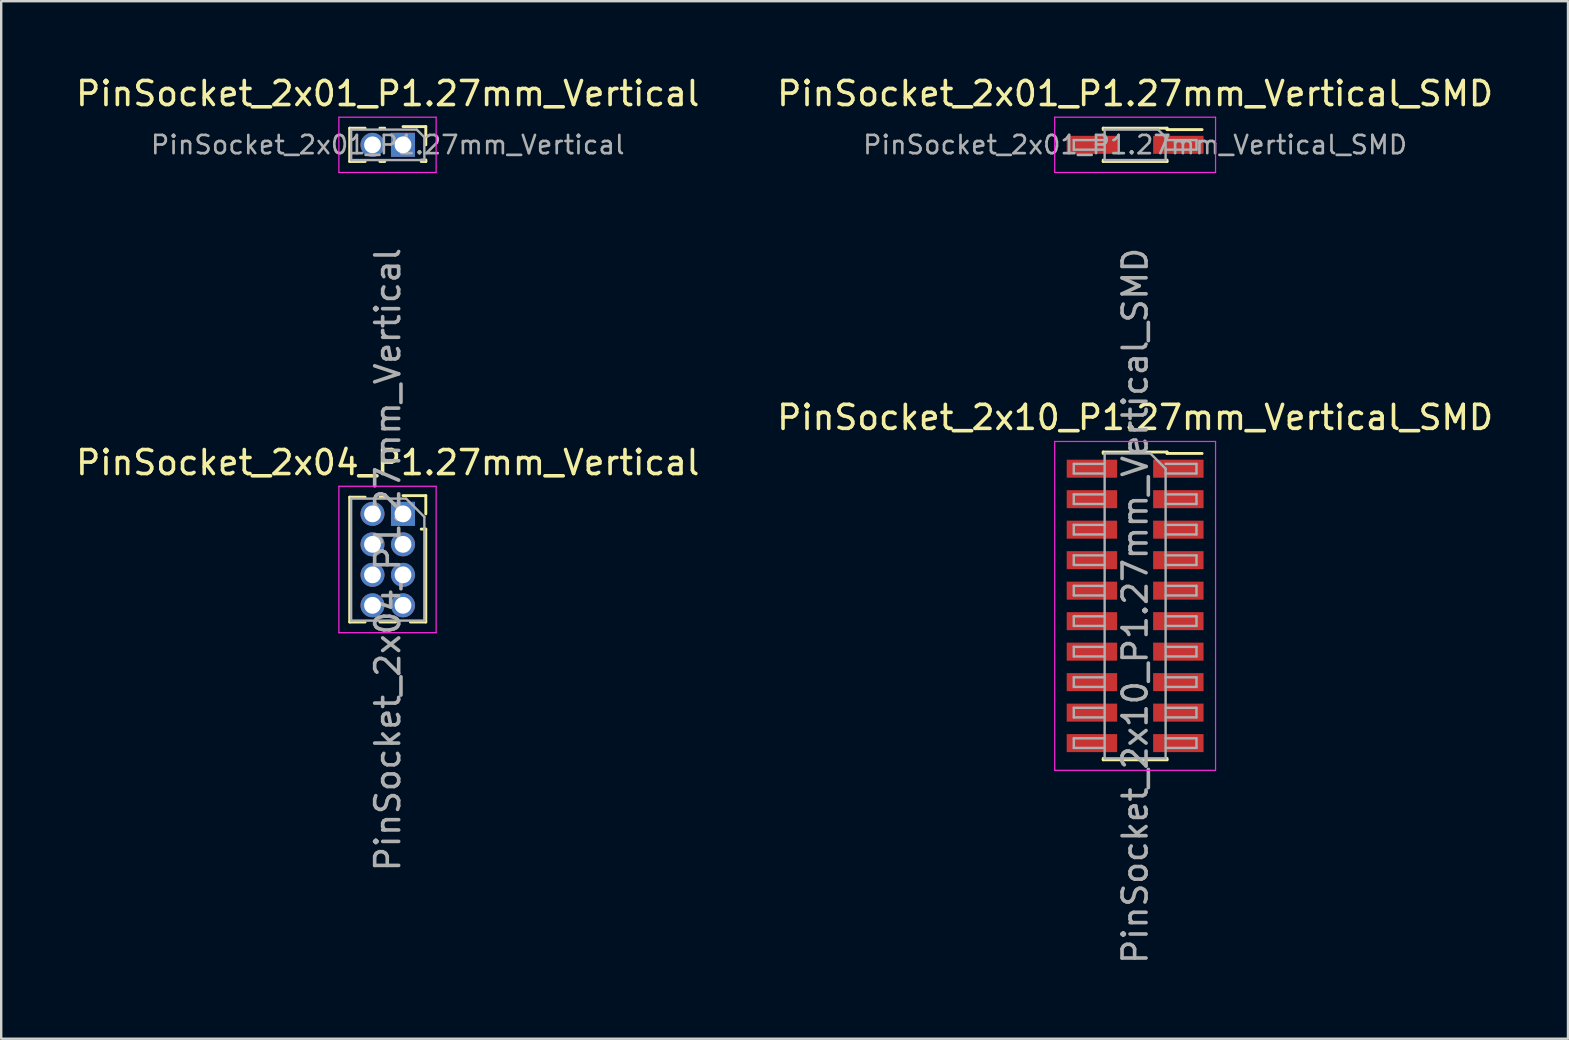
<source format=kicad_pcb>
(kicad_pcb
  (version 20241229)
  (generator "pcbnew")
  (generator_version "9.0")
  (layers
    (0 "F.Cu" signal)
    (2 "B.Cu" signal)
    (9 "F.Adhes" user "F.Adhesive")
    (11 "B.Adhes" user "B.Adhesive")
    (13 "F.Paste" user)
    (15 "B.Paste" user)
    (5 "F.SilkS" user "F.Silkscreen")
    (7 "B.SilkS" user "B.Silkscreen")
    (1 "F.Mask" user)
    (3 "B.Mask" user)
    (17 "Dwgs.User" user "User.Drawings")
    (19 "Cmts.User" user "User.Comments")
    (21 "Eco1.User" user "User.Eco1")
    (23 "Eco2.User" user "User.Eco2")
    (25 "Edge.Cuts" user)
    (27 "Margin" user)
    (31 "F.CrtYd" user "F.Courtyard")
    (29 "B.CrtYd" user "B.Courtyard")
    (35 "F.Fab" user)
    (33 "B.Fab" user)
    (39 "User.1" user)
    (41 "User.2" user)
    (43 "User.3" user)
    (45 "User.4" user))
  (footprint "PinSocket_2x01_P1.27mm_Vertical"
    (layer "F.Cu")
    (at 13.736 2.983)
    (property "Reference" "PinSocket_2x01_P1.27mm_Vertical" (at -0.635 -2.135 0) (layer "F.SilkS") (effects (font (size 1 1) (thickness 0.15))))
    (attr through_hole)
    (fp_line (start -2.22 -0.695) (end -2.22 0.695) (stroke (width 0.12) (type solid)) (layer "F.SilkS"))
    (fp_line (start -2.22 -0.695) (end -1.578 -0.695) (stroke (width 0.12) (type solid)) (layer "F.SilkS"))
    (fp_line (start -2.22 0.695) (end -1.578 0.695) (stroke (width 0.12) (type solid)) (layer "F.SilkS"))
    (fp_line (start -0.962 -0.695) (end -0.76 -0.695) (stroke (width 0.12) (type solid)) (layer "F.SilkS"))
    (fp_line (start -0.962 0.695) (end -0.76 0.695) (stroke (width 0.12) (type solid)) (layer "F.SilkS"))
    (fp_line (start 0 -0.76) (end 0.95 -0.76) (stroke (width 0.12) (type solid)) (layer "F.SilkS"))
    (fp_line (start 0.76 0.635) (end 0.95 0.635) (stroke (width 0.12) (type solid)) (layer "F.SilkS"))
    (fp_line (start 0.76 0.695) (end 0.95 0.695) (stroke (width 0.12) (type solid)) (layer "F.SilkS"))
    (fp_line (start 0.95 -0.76) (end 0.95 0) (stroke (width 0.12) (type solid)) (layer "F.SilkS"))
    (fp_line (start 0.95 0.635) (end 0.95 0.695) (stroke (width 0.12) (type solid)) (layer "F.SilkS"))
    (fp_line (start -2.67 -1.15) (end 1.38 -1.15) (stroke (width 0.05) (type solid)) (layer "F.CrtYd"))
    (fp_line (start -2.67 1.15) (end -2.67 -1.15) (stroke (width 0.05) (type solid)) (layer "F.CrtYd"))
    (fp_line (start 1.38 -1.15) (end 1.38 1.15) (stroke (width 0.05) (type solid)) (layer "F.CrtYd"))
    (fp_line (start 1.38 1.15) (end -2.67 1.15) (stroke (width 0.05) (type solid)) (layer "F.CrtYd"))
    (fp_line (start -2.16 -0.635) (end 0.573 -0.635) (stroke (width 0.1) (type solid)) (layer "F.Fab"))
    (fp_line (start -2.16 0.635) (end -2.16 -0.635) (stroke (width 0.1) (type solid)) (layer "F.Fab"))
    (fp_line (start 0.573 -0.635) (end 0.89 -0.318) (stroke (width 0.1) (type solid)) (layer "F.Fab"))
    (fp_line (start 0.89 -0.318) (end 0.89 0.635) (stroke (width 0.1) (type solid)) (layer "F.Fab"))
    (fp_line (start 0.89 0.635) (end -2.16 0.635) (stroke (width 0.1) (type solid)) (layer "F.Fab"))
    (fp_text user "${REFERENCE}" (at -0.635 0 0) (layer "F.Fab") (effects (font (size 0.76 0.76) (thickness 0.11))))
    (pad "1" thru_hole rect (at 0 0) (size 1 1) (drill 0.7) (layers "*.Cu" "*.Mask"))
    (pad "2" thru_hole oval (at -1.27 0) (size 1 1) (drill 0.7) (layers "*.Cu" "*.Mask")))
  (footprint "PinSocket_2x10_P1.27mm_Vertical_SMD"
    (layer "F.Cu")
    (at 44.232 22.188)
    (property "Reference" "PinSocket_2x10_P1.27mm_Vertical_SMD" (at 0 -7.85 0) (layer "F.SilkS") (effects (font (size 1 1) (thickness 0.15))))
    (attr smd)
    (fp_line (start -1.33 -6.41) (end -1.33 -6.35) (stroke (width 0.12) (type solid)) (layer "F.SilkS"))
    (fp_line (start -1.33 -6.41) (end 1.33 -6.41) (stroke (width 0.12) (type solid)) (layer "F.SilkS"))
    (fp_line (start -1.33 6.35) (end -1.33 6.41) (stroke (width 0.12) (type solid)) (layer "F.SilkS"))
    (fp_line (start -1.33 6.41) (end 1.33 6.41) (stroke (width 0.12) (type solid)) (layer "F.SilkS"))
    (fp_line (start 1.33 -6.41) (end 1.33 -6.35) (stroke (width 0.12) (type solid)) (layer "F.SilkS"))
    (fp_line (start 1.33 -6.35) (end 2.79 -6.35) (stroke (width 0.12) (type solid)) (layer "F.SilkS"))
    (fp_line (start 1.33 6.35) (end 1.33 6.41) (stroke (width 0.12) (type solid)) (layer "F.SilkS"))
    (fp_line (start -3.35 -6.85) (end 3.35 -6.85) (stroke (width 0.05) (type solid)) (layer "F.CrtYd"))
    (fp_line (start -3.35 6.85) (end -3.35 -6.85) (stroke (width 0.05) (type solid)) (layer "F.CrtYd"))
    (fp_line (start 3.35 -6.85) (end 3.35 6.85) (stroke (width 0.05) (type solid)) (layer "F.CrtYd"))
    (fp_line (start 3.35 6.85) (end -3.35 6.85) (stroke (width 0.05) (type solid)) (layer "F.CrtYd"))
    (fp_line (start -2.555 -5.915) (end -1.27 -5.915) (stroke (width 0.1) (type solid)) (layer "F.Fab"))
    (fp_line (start -2.555 -5.515) (end -2.555 -5.915) (stroke (width 0.1) (type solid)) (layer "F.Fab"))
    (fp_line (start -2.555 -4.645) (end -1.27 -4.645) (stroke (width 0.1) (type solid)) (layer "F.Fab"))
    (fp_line (start -2.555 -4.245) (end -2.555 -4.645) (stroke (width 0.1) (type solid)) (layer "F.Fab"))
    (fp_line (start -2.555 -3.375) (end -1.27 -3.375) (stroke (width 0.1) (type solid)) (layer "F.Fab"))
    (fp_line (start -2.555 -2.975) (end -2.555 -3.375) (stroke (width 0.1) (type solid)) (layer "F.Fab"))
    (fp_line (start -2.555 -2.105) (end -1.27 -2.105) (stroke (width 0.1) (type solid)) (layer "F.Fab"))
    (fp_line (start -2.555 -1.705) (end -2.555 -2.105) (stroke (width 0.1) (type solid)) (layer "F.Fab"))
    (fp_line (start -2.555 -0.835) (end -1.27 -0.835) (stroke (width 0.1) (type solid)) (layer "F.Fab"))
    (fp_line (start -2.555 -0.435) (end -2.555 -0.835) (stroke (width 0.1) (type solid)) (layer "F.Fab"))
    (fp_line (start -2.555 0.435) (end -1.27 0.435) (stroke (width 0.1) (type solid)) (layer "F.Fab"))
    (fp_line (start -2.555 0.835) (end -2.555 0.435) (stroke (width 0.1) (type solid)) (layer "F.Fab"))
    (fp_line (start -2.555 1.705) (end -1.27 1.705) (stroke (width 0.1) (type solid)) (layer "F.Fab"))
    (fp_line (start -2.555 2.105) (end -2.555 1.705) (stroke (width 0.1) (type solid)) (layer "F.Fab"))
    (fp_line (start -2.555 2.975) (end -1.27 2.975) (stroke (width 0.1) (type solid)) (layer "F.Fab"))
    (fp_line (start -2.555 3.375) (end -2.555 2.975) (stroke (width 0.1) (type solid)) (layer "F.Fab"))
    (fp_line (start -2.555 4.245) (end -1.27 4.245) (stroke (width 0.1) (type solid)) (layer "F.Fab"))
    (fp_line (start -2.555 4.645) (end -2.555 4.245) (stroke (width 0.1) (type solid)) (layer "F.Fab"))
    (fp_line (start -2.555 5.515) (end -1.27 5.515) (stroke (width 0.1) (type solid)) (layer "F.Fab"))
    (fp_line (start -2.555 5.915) (end -2.555 5.515) (stroke (width 0.1) (type solid)) (layer "F.Fab"))
    (fp_line (start -1.27 -6.35) (end 0.635 -6.35) (stroke (width 0.1) (type solid)) (layer "F.Fab"))
    (fp_line (start -1.27 -5.515) (end -2.555 -5.515) (stroke (width 0.1) (type solid)) (layer "F.Fab"))
    (fp_line (start -1.27 -4.245) (end -2.555 -4.245) (stroke (width 0.1) (type solid)) (layer "F.Fab"))
    (fp_line (start -1.27 -2.975) (end -2.555 -2.975) (stroke (width 0.1) (type solid)) (layer "F.Fab"))
    (fp_line (start -1.27 -1.705) (end -2.555 -1.705) (stroke (width 0.1) (type solid)) (layer "F.Fab"))
    (fp_line (start -1.27 -0.435) (end -2.555 -0.435) (stroke (width 0.1) (type solid)) (layer "F.Fab"))
    (fp_line (start -1.27 0.835) (end -2.555 0.835) (stroke (width 0.1) (type solid)) (layer "F.Fab"))
    (fp_line (start -1.27 2.105) (end -2.555 2.105) (stroke (width 0.1) (type solid)) (layer "F.Fab"))
    (fp_line (start -1.27 3.375) (end -2.555 3.375) (stroke (width 0.1) (type solid)) (layer "F.Fab"))
    (fp_line (start -1.27 4.645) (end -2.555 4.645) (stroke (width 0.1) (type solid)) (layer "F.Fab"))
    (fp_line (start -1.27 5.915) (end -2.555 5.915) (stroke (width 0.1) (type solid)) (layer "F.Fab"))
    (fp_line (start -1.27 6.35) (end -1.27 -6.35) (stroke (width 0.1) (type solid)) (layer "F.Fab"))
    (fp_line (start 0.635 -6.35) (end 1.27 -5.715) (stroke (width 0.1) (type solid)) (layer "F.Fab"))
    (fp_line (start 1.27 -5.915) (end 2.555 -5.915) (stroke (width 0.1) (type solid)) (layer "F.Fab"))
    (fp_line (start 1.27 -5.715) (end 1.27 6.35) (stroke (width 0.1) (type solid)) (layer "F.Fab"))
    (fp_line (start 1.27 -4.645) (end 2.555 -4.645) (stroke (width 0.1) (type solid)) (layer "F.Fab"))
    (fp_line (start 1.27 -3.375) (end 2.555 -3.375) (stroke (width 0.1) (type solid)) (layer "F.Fab"))
    (fp_line (start 1.27 -2.105) (end 2.555 -2.105) (stroke (width 0.1) (type solid)) (layer "F.Fab"))
    (fp_line (start 1.27 -0.835) (end 2.555 -0.835) (stroke (width 0.1) (type solid)) (layer "F.Fab"))
    (fp_line (start 1.27 0.435) (end 2.555 0.435) (stroke (width 0.1) (type solid)) (layer "F.Fab"))
    (fp_line (start 1.27 1.705) (end 2.555 1.705) (stroke (width 0.1) (type solid)) (layer "F.Fab"))
    (fp_line (start 1.27 2.975) (end 2.555 2.975) (stroke (width 0.1) (type solid)) (layer "F.Fab"))
    (fp_line (start 1.27 4.245) (end 2.555 4.245) (stroke (width 0.1) (type solid)) (layer "F.Fab"))
    (fp_line (start 1.27 5.515) (end 2.555 5.515) (stroke (width 0.1) (type solid)) (layer "F.Fab"))
    (fp_line (start 1.27 6.35) (end -1.27 6.35) (stroke (width 0.1) (type solid)) (layer "F.Fab"))
    (fp_line (start 2.555 -5.915) (end 2.555 -5.515) (stroke (width 0.1) (type solid)) (layer "F.Fab"))
    (fp_line (start 2.555 -5.515) (end 1.27 -5.515) (stroke (width 0.1) (type solid)) (layer "F.Fab"))
    (fp_line (start 2.555 -4.645) (end 2.555 -4.245) (stroke (width 0.1) (type solid)) (layer "F.Fab"))
    (fp_line (start 2.555 -4.245) (end 1.27 -4.245) (stroke (width 0.1) (type solid)) (layer "F.Fab"))
    (fp_line (start 2.555 -3.375) (end 2.555 -2.975) (stroke (width 0.1) (type solid)) (layer "F.Fab"))
    (fp_line (start 2.555 -2.975) (end 1.27 -2.975) (stroke (width 0.1) (type solid)) (layer "F.Fab"))
    (fp_line (start 2.555 -2.105) (end 2.555 -1.705) (stroke (width 0.1) (type solid)) (layer "F.Fab"))
    (fp_line (start 2.555 -1.705) (end 1.27 -1.705) (stroke (width 0.1) (type solid)) (layer "F.Fab"))
    (fp_line (start 2.555 -0.835) (end 2.555 -0.435) (stroke (width 0.1) (type solid)) (layer "F.Fab"))
    (fp_line (start 2.555 -0.435) (end 1.27 -0.435) (stroke (width 0.1) (type solid)) (layer "F.Fab"))
    (fp_line (start 2.555 0.435) (end 2.555 0.835) (stroke (width 0.1) (type solid)) (layer "F.Fab"))
    (fp_line (start 2.555 0.835) (end 1.27 0.835) (stroke (width 0.1) (type solid)) (layer "F.Fab"))
    (fp_line (start 2.555 1.705) (end 2.555 2.105) (stroke (width 0.1) (type solid)) (layer "F.Fab"))
    (fp_line (start 2.555 2.105) (end 1.27 2.105) (stroke (width 0.1) (type solid)) (layer "F.Fab"))
    (fp_line (start 2.555 2.975) (end 2.555 3.375) (stroke (width 0.1) (type solid)) (layer "F.Fab"))
    (fp_line (start 2.555 3.375) (end 1.27 3.375) (stroke (width 0.1) (type solid)) (layer "F.Fab"))
    (fp_line (start 2.555 4.245) (end 2.555 4.645) (stroke (width 0.1) (type solid)) (layer "F.Fab"))
    (fp_line (start 2.555 4.645) (end 1.27 4.645) (stroke (width 0.1) (type solid)) (layer "F.Fab"))
    (fp_line (start 2.555 5.515) (end 2.555 5.915) (stroke (width 0.1) (type solid)) (layer "F.Fab"))
    (fp_line (start 2.555 5.915) (end 1.27 5.915) (stroke (width 0.1) (type solid)) (layer "F.Fab"))
    (fp_text user "${REFERENCE}" (at 0 0 90) (layer "F.Fab") (effects (font (size 1 1) (thickness 0.15))))
    (pad "1" smd rect (at 1.8 -5.715) (size 2.1 0.75) (layers "F.Cu" "F.Mask" "F.Paste"))
    (pad "2" smd rect (at -1.8 -5.715) (size 2.1 0.75) (layers "F.Cu" "F.Mask" "F.Paste"))
    (pad "3" smd rect (at 1.8 -4.445) (size 2.1 0.75) (layers "F.Cu" "F.Mask" "F.Paste"))
    (pad "4" smd rect (at -1.8 -4.445) (size 2.1 0.75) (layers "F.Cu" "F.Mask" "F.Paste"))
    (pad "5" smd rect (at 1.8 -3.175) (size 2.1 0.75) (layers "F.Cu" "F.Mask" "F.Paste"))
    (pad "6" smd rect (at -1.8 -3.175) (size 2.1 0.75) (layers "F.Cu" "F.Mask" "F.Paste"))
    (pad "7" smd rect (at 1.8 -1.905) (size 2.1 0.75) (layers "F.Cu" "F.Mask" "F.Paste"))
    (pad "8" smd rect (at -1.8 -1.905) (size 2.1 0.75) (layers "F.Cu" "F.Mask" "F.Paste"))
    (pad "9" smd rect (at 1.8 -0.635) (size 2.1 0.75) (layers "F.Cu" "F.Mask" "F.Paste"))
    (pad "10" smd rect (at -1.8 -0.635) (size 2.1 0.75) (layers "F.Cu" "F.Mask" "F.Paste"))
    (pad "11" smd rect (at 1.8 0.635) (size 2.1 0.75) (layers "F.Cu" "F.Mask" "F.Paste"))
    (pad "12" smd rect (at -1.8 0.635) (size 2.1 0.75) (layers "F.Cu" "F.Mask" "F.Paste"))
    (pad "13" smd rect (at 1.8 1.905) (size 2.1 0.75) (layers "F.Cu" "F.Mask" "F.Paste"))
    (pad "14" smd rect (at -1.8 1.905) (size 2.1 0.75) (layers "F.Cu" "F.Mask" "F.Paste"))
    (pad "15" smd rect (at 1.8 3.175) (size 2.1 0.75) (layers "F.Cu" "F.Mask" "F.Paste"))
    (pad "16" smd rect (at -1.8 3.175) (size 2.1 0.75) (layers "F.Cu" "F.Mask" "F.Paste"))
    (pad "17" smd rect (at 1.8 4.445) (size 2.1 0.75) (layers "F.Cu" "F.Mask" "F.Paste"))
    (pad "18" smd rect (at -1.8 4.445) (size 2.1 0.75) (layers "F.Cu" "F.Mask" "F.Paste"))
    (pad "19" smd rect (at 1.8 5.715) (size 2.1 0.75) (layers "F.Cu" "F.Mask" "F.Paste"))
    (pad "20" smd rect (at -1.8 5.715) (size 2.1 0.75) (layers "F.Cu" "F.Mask" "F.Paste")))
  (footprint "PinSocket_2x01_P1.27mm_Vertical_SMD"
    (layer "F.Cu")
    (at 44.232 2.983)
    (property "Reference" "PinSocket_2x01_P1.27mm_Vertical_SMD" (at 0 -2.135 0) (layer "F.SilkS") (effects (font (size 1 1) (thickness 0.15))))
    (attr smd)
    (fp_line (start -1.33 -0.695) (end -1.33 -0.635) (stroke (width 0.12) (type solid)) (layer "F.SilkS"))
    (fp_line (start -1.33 -0.695) (end 1.33 -0.695) (stroke (width 0.12) (type solid)) (layer "F.SilkS"))
    (fp_line (start -1.33 0.635) (end -1.33 0.695) (stroke (width 0.12) (type solid)) (layer "F.SilkS"))
    (fp_line (start -1.33 0.695) (end 1.33 0.695) (stroke (width 0.12) (type solid)) (layer "F.SilkS"))
    (fp_line (start 1.33 -0.695) (end 1.33 -0.635) (stroke (width 0.12) (type solid)) (layer "F.SilkS"))
    (fp_line (start 1.33 -0.635) (end 2.79 -0.635) (stroke (width 0.12) (type solid)) (layer "F.SilkS"))
    (fp_line (start 1.33 0.635) (end 1.33 0.695) (stroke (width 0.12) (type solid)) (layer "F.SilkS"))
    (fp_line (start -3.35 -1.15) (end 3.35 -1.15) (stroke (width 0.05) (type solid)) (layer "F.CrtYd"))
    (fp_line (start -3.35 1.15) (end -3.35 -1.15) (stroke (width 0.05) (type solid)) (layer "F.CrtYd"))
    (fp_line (start 3.35 -1.15) (end 3.35 1.15) (stroke (width 0.05) (type solid)) (layer "F.CrtYd"))
    (fp_line (start 3.35 1.15) (end -3.35 1.15) (stroke (width 0.05) (type solid)) (layer "F.CrtYd"))
    (fp_line (start -2.555 -0.2) (end -1.27 -0.2) (stroke (width 0.1) (type solid)) (layer "F.Fab"))
    (fp_line (start -2.555 0.2) (end -2.555 -0.2) (stroke (width 0.1) (type solid)) (layer "F.Fab"))
    (fp_line (start -1.27 -0.635) (end 0.953 -0.635) (stroke (width 0.1) (type solid)) (layer "F.Fab"))
    (fp_line (start -1.27 0.2) (end -2.555 0.2) (stroke (width 0.1) (type solid)) (layer "F.Fab"))
    (fp_line (start -1.27 0.635) (end -1.27 -0.635) (stroke (width 0.1) (type solid)) (layer "F.Fab"))
    (fp_line (start 0.953 -0.635) (end 1.27 -0.318) (stroke (width 0.1) (type solid)) (layer "F.Fab"))
    (fp_line (start 1.27 -0.318) (end 1.27 0.635) (stroke (width 0.1) (type solid)) (layer "F.Fab"))
    (fp_line (start 1.27 -0.2) (end 2.555 -0.2) (stroke (width 0.1) (type solid)) (layer "F.Fab"))
    (fp_line (start 1.27 0.635) (end -1.27 0.635) (stroke (width 0.1) (type solid)) (layer "F.Fab"))
    (fp_line (start 2.555 -0.2) (end 2.555 0.2) (stroke (width 0.1) (type solid)) (layer "F.Fab"))
    (fp_line (start 2.555 0.2) (end 1.27 0.2) (stroke (width 0.1) (type solid)) (layer "F.Fab"))
    (fp_text user "${REFERENCE}" (at 0 0 0) (layer "F.Fab") (effects (font (size 0.76 0.76) (thickness 0.11))))
    (pad "1" smd rect (at 1.8 0) (size 2.1 0.75) (layers "F.Cu" "F.Mask" "F.Paste"))
    (pad "2" smd rect (at -1.8 0) (size 2.1 0.75) (layers "F.Cu" "F.Mask" "F.Paste")))
  (footprint "PinSocket_2x04_P1.27mm_Vertical"
    (layer "F.Cu")
    (at 13.736 18.354)
    (property "Reference" "PinSocket_2x04_P1.27mm_Vertical" (at -0.635 -2.135 0) (layer "F.SilkS") (effects (font (size 1 1) (thickness 0.15))))
    (attr through_hole)
    (fp_line (start -2.22 -0.695) (end -2.22 4.505) (stroke (width 0.12) (type solid)) (layer "F.SilkS"))
    (fp_line (start -2.22 -0.695) (end -1.578 -0.695) (stroke (width 0.12) (type solid)) (layer "F.SilkS"))
    (fp_line (start -2.22 4.505) (end -1.578 4.505) (stroke (width 0.12) (type solid)) (layer "F.SilkS"))
    (fp_line (start -0.962 -0.695) (end -0.76 -0.695) (stroke (width 0.12) (type solid)) (layer "F.SilkS"))
    (fp_line (start -0.962 4.505) (end -0.308 4.505) (stroke (width 0.12) (type solid)) (layer "F.SilkS"))
    (fp_line (start 0 -0.76) (end 0.95 -0.76) (stroke (width 0.12) (type solid)) (layer "F.SilkS"))
    (fp_line (start 0.308 4.505) (end 0.95 4.505) (stroke (width 0.12) (type solid)) (layer "F.SilkS"))
    (fp_line (start 0.76 0.635) (end 0.95 0.635) (stroke (width 0.12) (type solid)) (layer "F.SilkS"))
    (fp_line (start 0.95 -0.76) (end 0.95 0) (stroke (width 0.12) (type solid)) (layer "F.SilkS"))
    (fp_line (start 0.95 0.635) (end 0.95 4.505) (stroke (width 0.12) (type solid)) (layer "F.SilkS"))
    (fp_line (start -2.67 -1.15) (end 1.38 -1.15) (stroke (width 0.05) (type solid)) (layer "F.CrtYd"))
    (fp_line (start -2.67 4.95) (end -2.67 -1.15) (stroke (width 0.05) (type solid)) (layer "F.CrtYd"))
    (fp_line (start 1.38 -1.15) (end 1.38 4.95) (stroke (width 0.05) (type solid)) (layer "F.CrtYd"))
    (fp_line (start 1.38 4.95) (end -2.67 4.95) (stroke (width 0.05) (type solid)) (layer "F.CrtYd"))
    (fp_line (start -2.16 -0.635) (end 0.128 -0.635) (stroke (width 0.1) (type solid)) (layer "F.Fab"))
    (fp_line (start -2.16 4.445) (end -2.16 -0.635) (stroke (width 0.1) (type solid)) (layer "F.Fab"))
    (fp_line (start 0.128 -0.635) (end 0.89 0.128) (stroke (width 0.1) (type solid)) (layer "F.Fab"))
    (fp_line (start 0.89 0.128) (end 0.89 4.445) (stroke (width 0.1) (type solid)) (layer "F.Fab"))
    (fp_line (start 0.89 4.445) (end -2.16 4.445) (stroke (width 0.1) (type solid)) (layer "F.Fab"))
    (fp_text user "${REFERENCE}" (at -0.635 1.905 90) (layer "F.Fab") (effects (font (size 1 1) (thickness 0.15))))
    (pad "1" thru_hole rect (at 0 0) (size 1 1) (drill 0.7) (layers "*.Cu" "*.Mask"))
    (pad "2" thru_hole oval (at -1.27 0) (size 1 1) (drill 0.7) (layers "*.Cu" "*.Mask"))
    (pad "3" thru_hole oval (at 0 1.27) (size 1 1) (drill 0.7) (layers "*.Cu" "*.Mask"))
    (pad "4" thru_hole oval (at -1.27 1.27) (size 1 1) (drill 0.7) (layers "*.Cu" "*.Mask"))
    (pad "5" thru_hole oval (at 0 2.54) (size 1 1) (drill 0.7) (layers "*.Cu" "*.Mask"))
    (pad "6" thru_hole oval (at -1.27 2.54) (size 1 1) (drill 0.7) (layers "*.Cu" "*.Mask"))
    (pad "7" thru_hole oval (at 0 3.81) (size 1 1) (drill 0.7) (layers "*.Cu" "*.Mask"))
    (pad "8" thru_hole oval (at -1.27 3.81) (size 1 1) (drill 0.7) (layers "*.Cu" "*.Mask")))
  (gr_rect
    (start -3 -3)
    (end 62.262 40.218)
    (stroke (width 0.1) (type default))
    (fill no)
    (layer "Edge.Cuts")))
</source>
